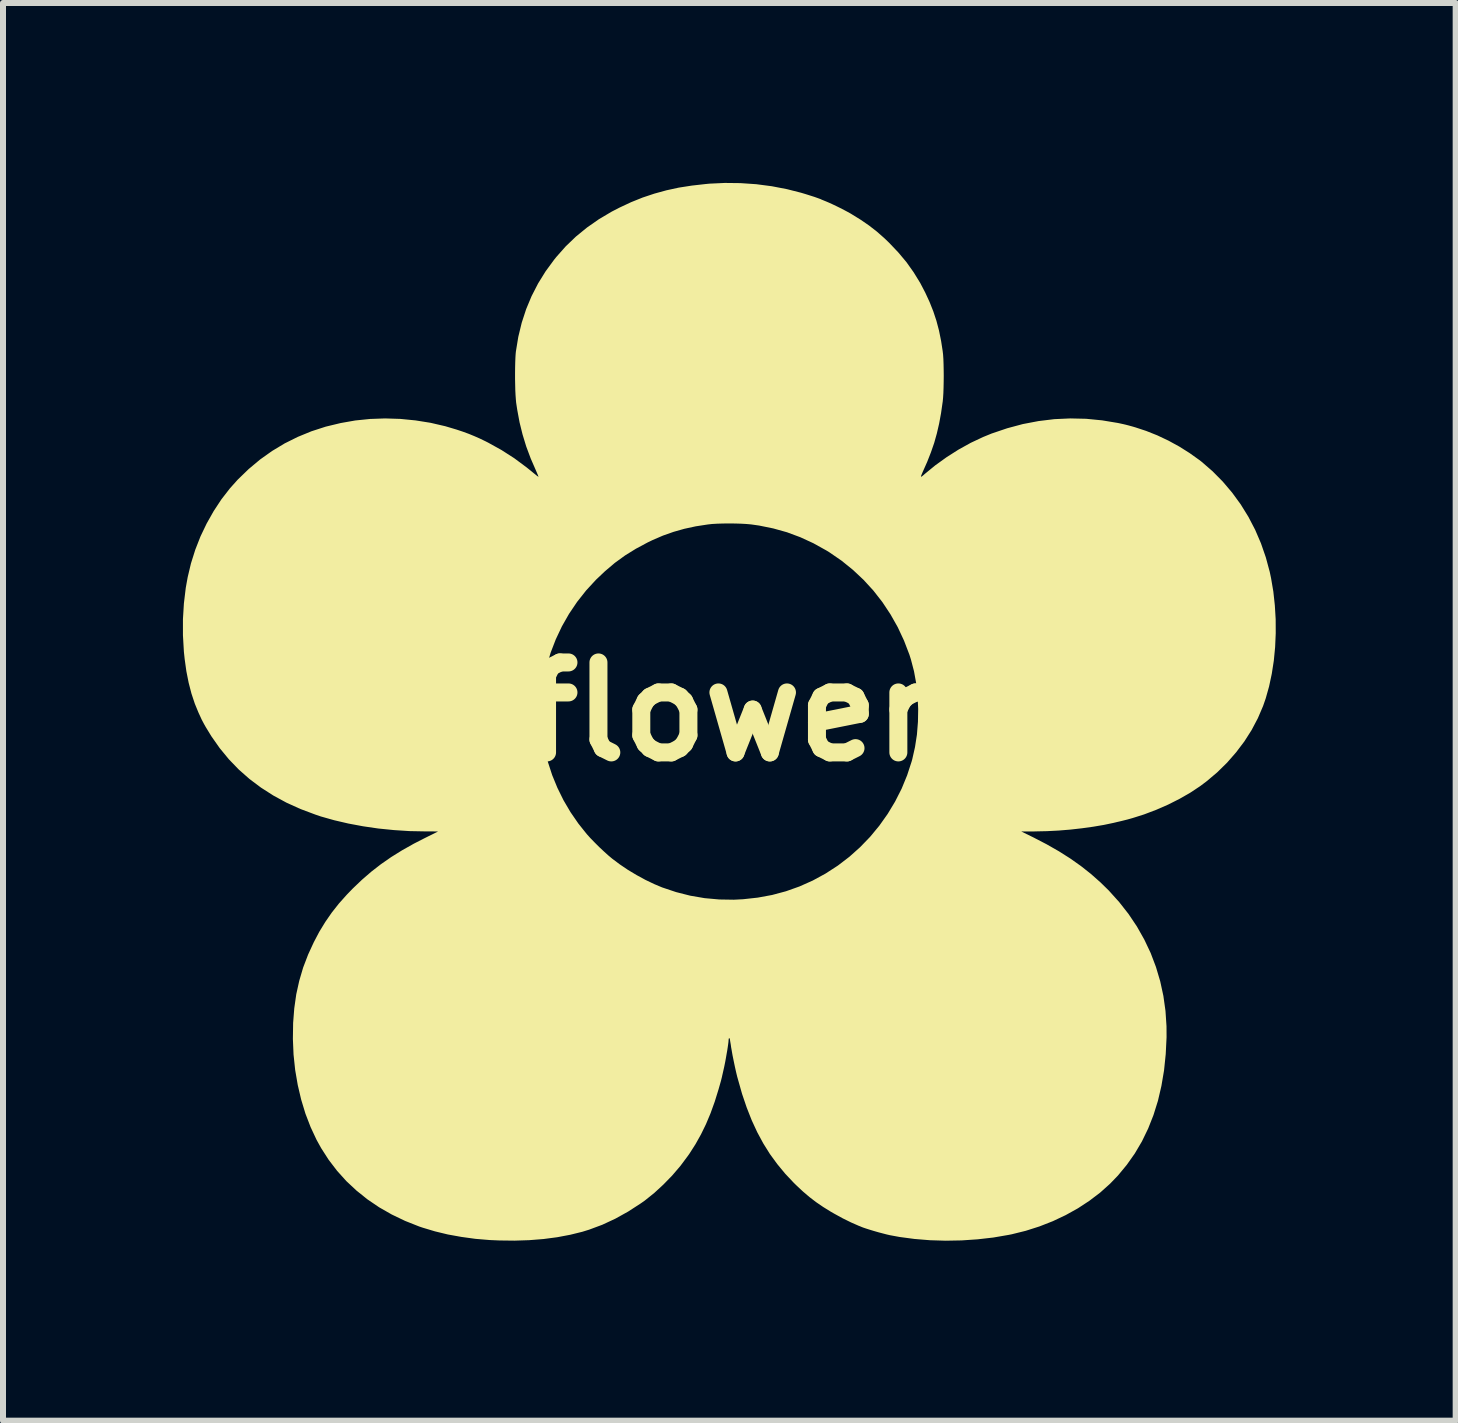
<source format=kicad_pcb>
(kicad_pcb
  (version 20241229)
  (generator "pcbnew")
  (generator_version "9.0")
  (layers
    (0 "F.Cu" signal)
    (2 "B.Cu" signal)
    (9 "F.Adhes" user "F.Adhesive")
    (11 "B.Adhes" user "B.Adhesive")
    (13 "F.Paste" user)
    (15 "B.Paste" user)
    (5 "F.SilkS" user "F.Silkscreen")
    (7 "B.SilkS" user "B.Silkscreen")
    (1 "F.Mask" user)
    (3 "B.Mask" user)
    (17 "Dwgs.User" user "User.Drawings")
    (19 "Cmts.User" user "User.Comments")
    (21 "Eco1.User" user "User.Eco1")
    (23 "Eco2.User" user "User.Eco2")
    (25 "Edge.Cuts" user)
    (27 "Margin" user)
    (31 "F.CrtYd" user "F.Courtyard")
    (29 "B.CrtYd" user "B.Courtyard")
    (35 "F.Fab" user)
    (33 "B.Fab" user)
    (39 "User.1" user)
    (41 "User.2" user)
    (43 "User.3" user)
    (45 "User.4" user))
  (footprint "flower"
    (layer "F.Cu")
    (at 9.106 8.816)
    (property "Reference" "flower" (at 0 0 0) (layer "F.SilkS") (effects (font (size 1.5 1.5) (thickness 0.3))))
    (attr board_only exclude_from_pos_files exclude_from_bom)
    (fp_poly (pts (xy 0.189 -8.813) (xy 0.452 -8.795) (xy 0.712 -8.761) (xy 0.966 -8.712) (xy 1.198 -8.653) (xy 1.278 -8.629) (xy 1.354 -8.605) (xy 1.423 -8.583) (xy 1.482 -8.562) (xy 1.528 -8.545) (xy 1.544 -8.537) (xy 1.569 -8.527) (xy 1.603 -8.513) (xy 1.625 -8.504) (xy 1.667 -8.486) (xy 1.722 -8.461) (xy 1.785 -8.431) (xy 1.852 -8.398) (xy 1.918 -8.364) (xy 1.98 -8.331) (xy 2.032 -8.302) (xy 2.043 -8.295) (xy 2.195 -8.201) (xy 2.333 -8.106) (xy 2.463 -8.005) (xy 2.588 -7.895) (xy 2.669 -7.817) (xy 2.82 -7.658) (xy 2.956 -7.496) (xy 3.076 -7.327) (xy 3.186 -7.148) (xy 3.269 -6.989) (xy 3.342 -6.831) (xy 3.404 -6.675) (xy 3.456 -6.518) (xy 3.499 -6.355) (xy 3.534 -6.182) (xy 3.56 -6.015) (xy 3.567 -5.955) (xy 3.572 -5.88) (xy 3.575 -5.794) (xy 3.577 -5.699) (xy 3.578 -5.601) (xy 3.577 -5.501) (xy 3.575 -5.405) (xy 3.572 -5.315) (xy 3.567 -5.235) (xy 3.561 -5.17) (xy 3.56 -5.165) (xy 3.533 -4.977) (xy 3.501 -4.803) (xy 3.463 -4.639) (xy 3.419 -4.482) (xy 3.365 -4.326) (xy 3.303 -4.168) (xy 3.252 -4.053) (xy 3.227 -3.997) (xy 3.21 -3.956) (xy 3.2 -3.931) (xy 3.199 -3.919) (xy 3.206 -3.919) (xy 3.222 -3.93) (xy 3.246 -3.95) (xy 3.26 -3.963) (xy 3.437 -4.108) (xy 3.626 -4.244) (xy 3.824 -4.37) (xy 4.028 -4.483) (xy 4.234 -4.58) (xy 4.376 -4.638) (xy 4.636 -4.726) (xy 4.897 -4.796) (xy 5.159 -4.846) (xy 5.423 -4.878) (xy 5.687 -4.89) (xy 5.951 -4.884) (xy 6.217 -4.858) (xy 6.483 -4.814) (xy 6.571 -4.795) (xy 6.613 -4.785) (xy 6.656 -4.774) (xy 6.685 -4.766) (xy 6.722 -4.756) (xy 6.759 -4.745) (xy 6.77 -4.742) (xy 6.952 -4.682) (xy 7.138 -4.608) (xy 7.324 -4.52) (xy 7.505 -4.421) (xy 7.678 -4.312) (xy 7.839 -4.197) (xy 7.878 -4.167) (xy 8.06 -4.009) (xy 8.23 -3.837) (xy 8.386 -3.653) (xy 8.529 -3.457) (xy 8.657 -3.25) (xy 8.77 -3.033) (xy 8.867 -2.807) (xy 8.948 -2.573) (xy 9.013 -2.332) (xy 9.035 -2.228) (xy 9.073 -2.004) (xy 9.098 -1.774) (xy 9.112 -1.541) (xy 9.113 -1.308) (xy 9.103 -1.078) (xy 9.081 -0.851) (xy 9.047 -0.632) (xy 9.002 -0.421) (xy 8.946 -0.222) (xy 8.902 -0.095) (xy 8.815 0.108) (xy 8.711 0.305) (xy 8.59 0.495) (xy 8.453 0.676) (xy 8.302 0.849) (xy 8.137 1.011) (xy 7.959 1.161) (xy 7.851 1.242) (xy 7.688 1.35) (xy 7.51 1.452) (xy 7.32 1.548) (xy 7.121 1.635) (xy 6.918 1.712) (xy 6.77 1.759) (xy 6.725 1.773) (xy 6.683 1.785) (xy 6.64 1.797) (xy 6.592 1.809) (xy 6.536 1.823) (xy 6.467 1.839) (xy 6.409 1.853) (xy 6.247 1.887) (xy 6.07 1.917) (xy 5.883 1.943) (xy 5.689 1.965) (xy 5.493 1.981) (xy 5.298 1.991) (xy 5.11 1.995) (xy 5.084 1.996) (xy 4.87 1.996) (xy 5.07 2.094) (xy 5.292 2.209) (xy 5.497 2.326) (xy 5.688 2.447) (xy 5.866 2.573) (xy 6.033 2.705) (xy 6.192 2.846) (xy 6.329 2.98) (xy 6.502 3.172) (xy 6.659 3.372) (xy 6.799 3.581) (xy 6.922 3.799) (xy 7.028 4.023) (xy 7.116 4.255) (xy 7.187 4.494) (xy 7.24 4.738) (xy 7.275 4.988) (xy 7.292 5.243) (xy 7.293 5.426) (xy 7.279 5.708) (xy 7.251 5.979) (xy 7.207 6.239) (xy 7.149 6.487) (xy 7.075 6.724) (xy 6.986 6.949) (xy 6.883 7.162) (xy 6.764 7.364) (xy 6.63 7.554) (xy 6.482 7.733) (xy 6.351 7.869) (xy 6.187 8.016) (xy 6.007 8.153) (xy 5.815 8.279) (xy 5.61 8.393) (xy 5.396 8.494) (xy 5.174 8.581) (xy 4.945 8.654) (xy 4.711 8.712) (xy 4.661 8.722) (xy 4.405 8.766) (xy 4.143 8.796) (xy 3.877 8.814) (xy 3.611 8.819) (xy 3.348 8.811) (xy 3.091 8.79) (xy 2.843 8.757) (xy 2.68 8.727) (xy 2.624 8.714) (xy 2.559 8.697) (xy 2.487 8.678) (xy 2.414 8.657) (xy 2.345 8.636) (xy 2.282 8.616) (xy 2.232 8.599) (xy 2.209 8.59) (xy 2.183 8.579) (xy 2.162 8.571) (xy 2.032 8.514) (xy 1.894 8.446) (xy 1.752 8.368) (xy 1.696 8.336) (xy 1.567 8.256) (xy 1.45 8.176) (xy 1.339 8.091) (xy 1.231 7.999) (xy 1.12 7.895) (xy 1.078 7.854) (xy 0.934 7.701) (xy 0.802 7.541) (xy 0.68 7.374) (xy 0.57 7.198) (xy 0.469 7.011) (xy 0.377 6.812) (xy 0.293 6.599) (xy 0.216 6.372) (xy 0.147 6.128) (xy 0.134 6.082) (xy 0.115 6.003) (xy 0.095 5.913) (xy 0.075 5.817) (xy 0.056 5.723) (xy 0.041 5.636) (xy 0.033 5.592) (xy 0.027 5.548) (xy 0.02 5.508) (xy 0.015 5.477) (xy 0.014 5.466) (xy 0.007 5.445) (xy -0.000151 5.441) (xy -0.007 5.453) (xy -0.009 5.479) (xy -0.01 5.481) (xy -0.011 5.504) (xy -0.016 5.542) (xy -0.023 5.592) (xy -0.032 5.65) (xy -0.043 5.712) (xy -0.054 5.776) (xy -0.065 5.836) (xy -0.076 5.891) (xy -0.085 5.934) (xy -0.096 5.982) (xy -0.107 6.031) (xy -0.117 6.074) (xy -0.118 6.082) (xy -0.126 6.113) (xy -0.137 6.157) (xy -0.152 6.21) (xy -0.168 6.266) (xy -0.175 6.291) (xy -0.24 6.501) (xy -0.31 6.695) (xy -0.386 6.876) (xy -0.469 7.046) (xy -0.56 7.209) (xy -0.661 7.367) (xy -0.69 7.408) (xy -0.813 7.573) (xy -0.949 7.732) (xy -1.096 7.883) (xy -1.249 8.024) (xy -1.406 8.15) (xy -1.473 8.197) (xy -1.683 8.333) (xy -1.897 8.452) (xy -2.114 8.553) (xy -2.334 8.635) (xy -2.447 8.67) (xy -2.649 8.72) (xy -2.866 8.761) (xy -3.094 8.791) (xy -3.332 8.81) (xy -3.578 8.818) (xy -3.83 8.815) (xy -3.991 8.808) (xy -4.23 8.788) (xy -4.463 8.756) (xy -4.69 8.715) (xy -4.905 8.663) (xy -5.108 8.602) (xy -5.165 8.583) (xy -5.402 8.489) (xy -5.625 8.382) (xy -5.835 8.262) (xy -6.031 8.129) (xy -6.213 7.983) (xy -6.382 7.825) (xy -6.536 7.654) (xy -6.676 7.471) (xy -6.802 7.275) (xy -6.879 7.136) (xy -6.978 6.924) (xy -7.064 6.7) (xy -7.135 6.466) (xy -7.192 6.223) (xy -7.235 5.972) (xy -7.262 5.716) (xy -7.273 5.455) (xy -7.269 5.192) (xy -7.269 5.189) (xy -7.25 4.945) (xy -7.217 4.712) (xy -7.167 4.486) (xy -7.102 4.265) (xy -7.019 4.048) (xy -6.925 3.844) (xy -6.833 3.669) (xy -6.733 3.505) (xy -6.625 3.349) (xy -6.506 3.198) (xy -6.372 3.048) (xy -6.272 2.945) (xy -6.121 2.801) (xy -5.966 2.667) (xy -5.805 2.542) (xy -5.634 2.423) (xy -5.452 2.31) (xy -5.255 2.199) (xy -5.079 2.109) (xy -4.852 1.996) (xy -5.07 1.995) (xy -5.329 1.99) (xy -5.59 1.973) (xy -5.848 1.947) (xy -6.102 1.91) (xy -6.348 1.864) (xy -6.584 1.809) (xy -6.807 1.746) (xy -6.898 1.715) (xy -7.146 1.622) (xy -7.38 1.516) (xy -7.599 1.397) (xy -7.805 1.265) (xy -7.997 1.121) (xy -8.176 0.963) (xy -8.341 0.792) (xy -8.493 0.607) (xy -8.632 0.409) (xy -8.726 0.255) (xy -8.751 0.211) (xy -8.774 0.168) (xy -8.794 0.13) (xy -8.802 0.112) (xy -8.819 0.075) (xy -8.837 0.036) (xy -8.845 0.019) (xy -8.853 -0.000001) (xy -3.13 -0.000001) (xy -3.13 0.102) (xy -3.128 0.189) (xy -3.125 0.266) (xy -3.119 0.337) (xy -3.111 0.406) (xy -3.101 0.477) (xy -3.087 0.555) (xy -3.073 0.627) (xy -3.02 0.842) (xy -2.95 1.057) (xy -2.863 1.269) (xy -2.761 1.476) (xy -2.644 1.675) (xy -2.513 1.865) (xy -2.375 2.038) (xy -2.314 2.106) (xy -2.243 2.179) (xy -2.167 2.255) (xy -2.089 2.328) (xy -2.015 2.395) (xy -1.948 2.451) (xy -1.948 2.451) (xy -1.824 2.544) (xy -1.688 2.636) (xy -1.543 2.723) (xy -1.396 2.803) (xy -1.25 2.873) (xy -1.117 2.929) (xy -0.884 3.007) (xy -0.648 3.067) (xy -0.408 3.108) (xy -0.165 3.13) (xy 0.079 3.134) (xy 0.233 3.126) (xy 0.478 3.099) (xy 0.717 3.055) (xy 0.948 2.993) (xy 1.173 2.913) (xy 1.393 2.815) (xy 1.606 2.699) (xy 1.611 2.696) (xy 1.813 2.565) (xy 2.005 2.418) (xy 2.184 2.258) (xy 2.351 2.085) (xy 2.504 1.9) (xy 2.643 1.704) (xy 2.767 1.498) (xy 2.876 1.283) (xy 2.968 1.059) (xy 3.043 0.829) (xy 3.054 0.789) (xy 3.099 0.589) (xy 3.131 0.382) (xy 3.148 0.169) (xy 3.152 -0.046) (xy 3.142 -0.261) (xy 3.119 -0.472) (xy 3.082 -0.676) (xy 3.031 -0.871) (xy 3.006 -0.95) (xy 2.916 -1.185) (xy 2.811 -1.41) (xy 2.69 -1.624) (xy 2.555 -1.828) (xy 2.405 -2.02) (xy 2.241 -2.199) (xy 2.064 -2.365) (xy 1.875 -2.518) (xy 1.673 -2.657) (xy 1.619 -2.69) (xy 1.405 -2.809) (xy 1.188 -2.909) (xy 0.965 -2.992) (xy 0.736 -3.056) (xy 0.5 -3.104) (xy 0.366 -3.123) (xy 0.289 -3.13) (xy 0.2 -3.135) (xy 0.102 -3.138) (xy -0.000466 -3.139) (xy -0.102 -3.138) (xy -0.199 -3.135) (xy -0.285 -3.13) (xy -0.356 -3.122) (xy -0.557 -3.091) (xy -0.746 -3.05) (xy -0.926 -2.999) (xy -1.102 -2.937) (xy -1.278 -2.861) (xy -1.359 -2.822) (xy -1.553 -2.718) (xy -1.734 -2.606) (xy -1.905 -2.482) (xy -2.069 -2.343) (xy -2.219 -2.201) (xy -2.384 -2.022) (xy -2.534 -1.832) (xy -2.669 -1.632) (xy -2.788 -1.423) (xy -2.89 -1.207) (xy -2.976 -0.984) (xy -3.043 -0.755) (xy -3.078 -0.603) (xy -3.093 -0.521) (xy -3.105 -0.448) (xy -3.115 -0.379) (xy -3.122 -0.309) (xy -3.126 -0.236) (xy -3.129 -0.154) (xy -3.13 -0.06) (xy -3.13 -0.000001) (xy -8.853 -0.000001) (xy -8.908 -0.134) (xy -8.964 -0.303) (xy -9.011 -0.484) (xy -9.049 -0.676) (xy -9.077 -0.877) (xy -9.09 -0.998) (xy -9.106 -1.275) (xy -9.106 -1.543) (xy -9.09 -1.806) (xy -9.059 -2.065) (xy -9.027 -2.243) (xy -8.972 -2.474) (xy -8.9 -2.702) (xy -8.813 -2.924) (xy -8.71 -3.139) (xy -8.593 -3.346) (xy -8.464 -3.542) (xy -8.322 -3.725) (xy -8.191 -3.871) (xy -8.01 -4.046) (xy -7.82 -4.205) (xy -7.62 -4.347) (xy -7.411 -4.473) (xy -7.192 -4.582) (xy -6.963 -4.676) (xy -6.725 -4.753) (xy -6.476 -4.813) (xy -6.232 -4.856) (xy -5.987 -4.881) (xy -5.736 -4.89) (xy -5.482 -4.882) (xy -5.228 -4.857) (xy -4.978 -4.817) (xy -4.732 -4.76) (xy -4.547 -4.705) (xy -4.436 -4.668) (xy -4.338 -4.632) (xy -4.246 -4.594) (xy -4.155 -4.554) (xy -4.058 -4.507) (xy -4.015 -4.485) (xy -3.795 -4.363) (xy -3.583 -4.227) (xy -3.377 -4.074) (xy -3.3 -4.012) (xy -3.26 -3.979) (xy -3.225 -3.951) (xy -3.199 -3.93) (xy -3.182 -3.919) (xy -3.178 -3.917) (xy -3.181 -3.926) (xy -3.19 -3.949) (xy -3.204 -3.982) (xy -3.218 -4.015) (xy -3.308 -4.222) (xy -3.383 -4.423) (xy -3.444 -4.623) (xy -3.494 -4.825) (xy -3.533 -5.036) (xy -3.551 -5.155) (xy -3.556 -5.211) (xy -3.561 -5.281) (xy -3.565 -5.363) (xy -3.567 -5.453) (xy -3.569 -5.548) (xy -3.569 -5.644) (xy -3.568 -5.737) (xy -3.566 -5.824) (xy -3.563 -5.902) (xy -3.559 -5.967) (xy -3.555 -6.006) (xy -3.515 -6.25) (xy -3.458 -6.485) (xy -3.384 -6.712) (xy -3.293 -6.93) (xy -3.185 -7.14) (xy -3.06 -7.342) (xy -2.917 -7.537) (xy -2.88 -7.583) (xy -2.724 -7.759) (xy -2.553 -7.923) (xy -2.369 -8.073) (xy -2.17 -8.212) (xy -1.957 -8.338) (xy -1.829 -8.404) (xy -1.635 -8.495) (xy -1.441 -8.573) (xy -1.246 -8.638) (xy -1.046 -8.693) (xy -0.839 -8.738) (xy -0.621 -8.772) (xy -0.39 -8.798) (xy -0.329 -8.804) (xy -0.072 -8.816)) (stroke (width 0) (type solid)) (fill yes) (layer "F.SilkS")))
  (gr_rect
    (start -3 -3)
    (end 21.219 20.635)
    (stroke (width 0.1) (type default))
    (fill no)
    (layer "Edge.Cuts")))
</source>
